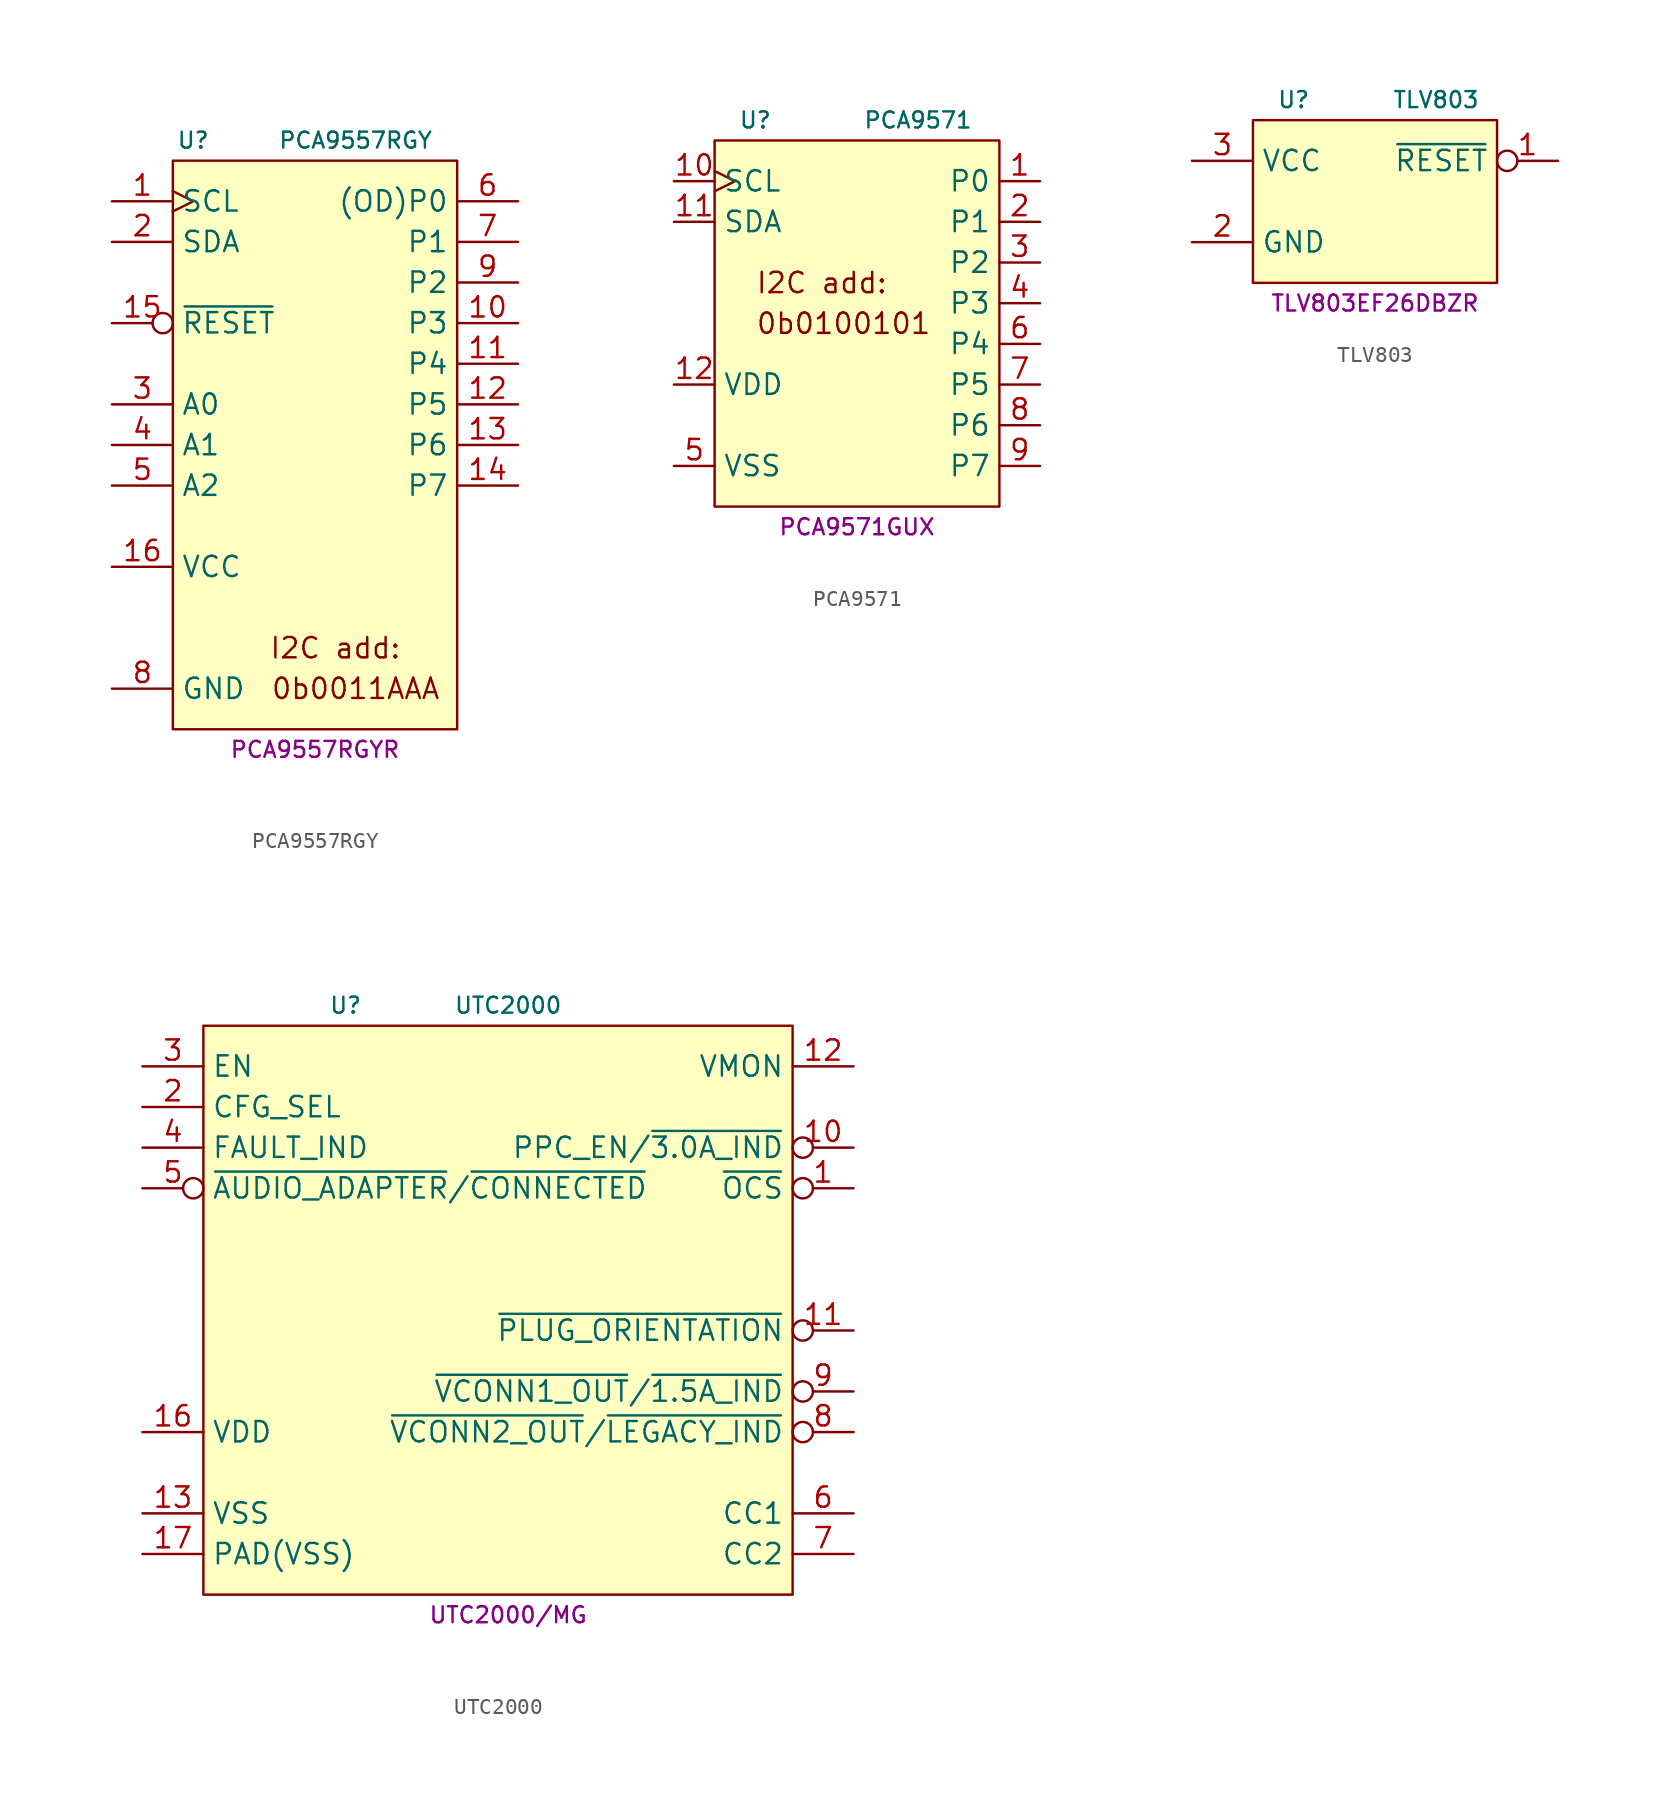
<source format=kicad_sym>
(kicad_symbol_lib
  (version 20231120)
  (generator "kicad_symbol_editor")
  (generator_version "8.0")
  (symbol "PCA9557RGY"
    (property "Reference" "U"
      (at -7.62 16.51 0)
      (effects (font (size 1 1))))
    (property "Value" "PCA9557RGY"
      (at 2.54 16.51 0)
      (effects (font (size 1 1))))
    (property "MPN" "PCA9557RGYR"
      (at 0 -21.59 0)
      (effects (font (size 1 1))))
    (symbol "PCA9557RGY_0_0"
      (text "0b0011AAA" (at 2.54 -17.78 0) (effects (font (size 1.27 1.27))))
      (text "I2C add:" (at 1.27 -15.24 0) (effects (font (size 1.27 1.27)))))
    (symbol "PCA9557RGY_0_1"
      (rectangle (start -8.89 15.24) (end 8.89 -20.32) (stroke (width 0.152) (type default)) (fill (type background))))
    (symbol "PCA9557RGY_1_1"
      (pin input clock (at -12.7 12.7 0) (length 3.81) (name "SCL" (effects (font (size 1.27 1.27)))) (number "1" (effects (font (size 1.27 1.27)))))
      (pin bidirectional line (at 12.7 5.08 180) (length 3.81) (name "P3" (effects (font (size 1.27 1.27)))) (number "10" (effects (font (size 1.27 1.27)))))
      (pin bidirectional line (at 12.7 2.54 180) (length 3.81) (name "P4" (effects (font (size 1.27 1.27)))) (number "11" (effects (font (size 1.27 1.27)))))
      (pin bidirectional line (at 12.7 0 180) (length 3.81) (name "P5" (effects (font (size 1.27 1.27)))) (number "12" (effects (font (size 1.27 1.27)))))
      (pin bidirectional line (at 12.7 -2.54 180) (length 3.81) (name "P6" (effects (font (size 1.27 1.27)))) (number "13" (effects (font (size 1.27 1.27)))))
      (pin bidirectional line (at 12.7 -5.08 180) (length 3.81) (name "P7" (effects (font (size 1.27 1.27)))) (number "14" (effects (font (size 1.27 1.27)))))
      (pin input inverted (at -12.7 5.08 0) (length 3.81) (name "~{RESET}" (effects (font (size 1.27 1.27)))) (number "15" (effects (font (size 1.27 1.27)))))
      (pin power_in line (at -12.7 -10.16 0) (length 3.81) (name "VCC" (effects (font (size 1.27 1.27)))) (number "16" (effects (font (size 1.27 1.27)))))
      (pin open_collector line (at -12.7 10.16 0) (length 3.81) (name "SDA" (effects (font (size 1.27 1.27)))) (number "2" (effects (font (size 1.27 1.27)))))
      (pin input line (at -12.7 0 0) (length 3.81) (name "A0" (effects (font (size 1.27 1.27)))) (number "3" (effects (font (size 1.27 1.27)))))
      (pin input line (at -12.7 -2.54 0) (length 3.81) (name "A1" (effects (font (size 1.27 1.27)))) (number "4" (effects (font (size 1.27 1.27)))))
      (pin input line (at -12.7 -5.08 0) (length 3.81) (name "A2" (effects (font (size 1.27 1.27)))) (number "5" (effects (font (size 1.27 1.27)))))
      (pin open_collector line (at 12.7 12.7 180) (length 3.81) (name "(OD)P0" (effects (font (size 1.27 1.27)))) (number "6" (effects (font (size 1.27 1.27)))))
      (pin bidirectional line (at 12.7 10.16 180) (length 3.81) (name "P1" (effects (font (size 1.27 1.27)))) (number "7" (effects (font (size 1.27 1.27)))))
      (pin power_in line (at -12.7 -17.78 0) (length 3.81) (name "GND" (effects (font (size 1.27 1.27)))) (number "8" (effects (font (size 1.27 1.27)))))
      (pin bidirectional line (at 12.7 7.62 180) (length 3.81) (name "P2" (effects (font (size 1.27 1.27)))) (number "9" (effects (font (size 1.27 1.27)))))))
  (symbol "PCA9571"
    (property "Reference" "U"
      (at -6.35 12.7 0)
      (effects (font (size 1 1))))
    (property "Value" "PCA9571"
      (at 3.81 12.7 0)
      (effects (font (size 1 1))))
    (property "MPN" "PCA9571GUX"
      (at 0 -12.7 0)
      (effects (font (size 1 1))))
    (symbol "PCA9571_0_0"
      (text "0b0100101" (at -6.35 0 0) (effects (font (size 1.27 1.27)) (justify left)))
      (text "I2C add:" (at -6.35 2.54 0) (effects (font (size 1.27 1.27)) (justify left))))
    (symbol "PCA9571_0_1"
      (rectangle (start -8.89 11.43) (end 8.89 -11.43) (stroke (width 0.152) (type default)) (fill (type background))))
    (symbol "PCA9571_1_1"
      (pin bidirectional line (at 11.43 8.89 180) (length 2.54) (name "P0" (effects (font (size 1.27 1.27)))) (number "1" (effects (font (size 1.27 1.27)))))
      (pin input clock (at -11.43 8.89 0) (length 2.54) (name "SCL" (effects (font (size 1.27 1.27)))) (number "10" (effects (font (size 1.27 1.27)))))
      (pin bidirectional line (at -11.43 6.35 0) (length 2.54) (name "SDA" (effects (font (size 1.27 1.27)))) (number "11" (effects (font (size 1.27 1.27)))))
      (pin power_in line (at -11.43 -3.81 0) (length 2.54) (name "VDD" (effects (font (size 1.27 1.27)))) (number "12" (effects (font (size 1.27 1.27)))))
      (pin bidirectional line (at 11.43 6.35 180) (length 2.54) (name "P1" (effects (font (size 1.27 1.27)))) (number "2" (effects (font (size 1.27 1.27)))))
      (pin bidirectional line (at 11.43 3.81 180) (length 2.54) (name "P2" (effects (font (size 1.27 1.27)))) (number "3" (effects (font (size 1.27 1.27)))))
      (pin bidirectional line (at 11.43 1.27 180) (length 2.54) (name "P3" (effects (font (size 1.27 1.27)))) (number "4" (effects (font (size 1.27 1.27)))))
      (pin power_in line (at -11.43 -8.89 0) (length 2.54) (name "VSS" (effects (font (size 1.27 1.27)))) (number "5" (effects (font (size 1.27 1.27)))))
      (pin bidirectional line (at 11.43 -1.27 180) (length 2.54) (name "P4" (effects (font (size 1.27 1.27)))) (number "6" (effects (font (size 1.27 1.27)))))
      (pin bidirectional line (at 11.43 -3.81 180) (length 2.54) (name "P5" (effects (font (size 1.27 1.27)))) (number "7" (effects (font (size 1.27 1.27)))))
      (pin bidirectional line (at 11.43 -6.35 180) (length 2.54) (name "P6" (effects (font (size 1.27 1.27)))) (number "8" (effects (font (size 1.27 1.27)))))
      (pin bidirectional line (at 11.43 -8.89 180) (length 2.54) (name "P7" (effects (font (size 1.27 1.27)))) (number "9" (effects (font (size 1.27 1.27)))))))
  (symbol "TLV803"
    (property "Reference" "U"
      (at -5.08 6.35 0)
      (effects (font (size 1 1))))
    (property "Value" "TLV803"
      (at 3.81 6.35 0)
      (effects (font (size 1 1))))
    (property "MPN" "TLV803EF26DBZR"
      (at 0 -6.35 0)
      (effects (font (size 1 1))))
    (symbol "TLV803_0_1"
      (rectangle (start -7.62 5.08) (end 7.62 -5.08) (stroke (width 0.152) (type default)) (fill (type background))))
    (symbol "TLV803_1_1"
      (pin open_collector inverted (at 11.43 2.54 180) (length 3.81) (name "~{RESET}" (effects (font (size 1.27 1.27)))) (number "1" (effects (font (size 1.27 1.27)))))
      (pin power_in line (at -11.43 -2.54 0) (length 3.81) (name "GND" (effects (font (size 1.27 1.27)))) (number "2" (effects (font (size 1.27 1.27)))))
      (pin power_in line (at -11.43 2.54 0) (length 3.81) (name "VCC" (effects (font (size 1.27 1.27)))) (number "3" (effects (font (size 1.27 1.27)))))))
  (symbol "UTC2000"
    (property "Reference" "U"
      (at -10.16 20.32 0)
      (effects (font (size 1 1))))
    (property "Value" "UTC2000"
      (at 0 20.32 0)
      (effects (font (size 1 1))))
    (property "MPN" "UTC2000/MG"
      (at 0 -17.78 0)
      (effects (font (size 1 1))))
    (symbol "UTC2000_0_1"
      (rectangle (start -19.05 19.05) (end 17.78 -16.51) (stroke (width 0.152) (type default)) (fill (type background))))
    (symbol "UTC2000_1_1"
      (pin input inverted (at 21.59 8.89 180) (length 3.81) (name "~{OCS}" (effects (font (size 1.27 1.27)))) (number "1" (effects (font (size 1.27 1.27)))))
      (pin output inverted (at 21.59 11.43 180) (length 3.81) (name "PPC_EN/~{3.0A_IND}" (effects (font (size 1.27 1.27)))) (number "10" (effects (font (size 1.27 1.27)))))
      (pin output inverted (at 21.59 0 180) (length 3.81) (name "~{PLUG_ORIENTATION}" (effects (font (size 1.27 1.27)))) (number "11" (effects (font (size 1.27 1.27)))))
      (pin input line (at 21.59 16.51 180) (length 3.81) (name "VMON" (effects (font (size 1.27 1.27)))) (number "12" (effects (font (size 1.27 1.27)))))
      (pin power_in line (at -22.86 -11.43 0) (length 3.81) (name "VSS" (effects (font (size 1.27 1.27)))) (number "13" (effects (font (size 1.27 1.27)))))
      (pin power_in line (at -22.86 -6.35 0) (length 3.81) (name "VDD" (effects (font (size 1.27 1.27)))) (number "16" (effects (font (size 1.27 1.27)))))
      (pin passive line (at -22.86 -13.97 0) (length 3.81) (name "PAD(VSS)" (effects (font (size 1.27 1.27)))) (number "17" (effects (font (size 1.27 1.27)))))
      (pin input line (at -22.86 13.97 0) (length 3.81) (name "CFG_SEL" (effects (font (size 1.27 1.27)))) (number "2" (effects (font (size 1.27 1.27)))))
      (pin input line (at -22.86 16.51 0) (length 3.81) (name "EN" (effects (font (size 1.27 1.27)))) (number "3" (effects (font (size 1.27 1.27)))))
      (pin output line (at -22.86 11.43 0) (length 3.81) (name "FAULT_IND" (effects (font (size 1.27 1.27)))) (number "4" (effects (font (size 1.27 1.27)))))
      (pin output inverted (at -22.86 8.89 0) (length 3.81) (name "~{AUDIO_ADAPTER}/~{CONNECTED}" (effects (font (size 1.27 1.27)))) (number "5" (effects (font (size 1.27 1.27)))))
      (pin input line (at 21.59 -11.43 180) (length 3.81) (name "CC1" (effects (font (size 1.27 1.27)))) (number "6" (effects (font (size 1.27 1.27)))))
      (pin input line (at 21.59 -13.97 180) (length 3.81) (name "CC2" (effects (font (size 1.27 1.27)))) (number "7" (effects (font (size 1.27 1.27)))))
      (pin output inverted (at 21.59 -6.35 180) (length 3.81) (name "~{VCONN2_OUT}/~{LEGACY_IND}" (effects (font (size 1.27 1.27)))) (number "8" (effects (font (size 1.27 1.27)))))
      (pin output inverted (at 21.59 -3.81 180) (length 3.81) (name "~{VCONN1_OUT}/~{1.5A_IND}" (effects (font (size 1.27 1.27)))) (number "9" (effects (font (size 1.27 1.27))))))))
</source>
